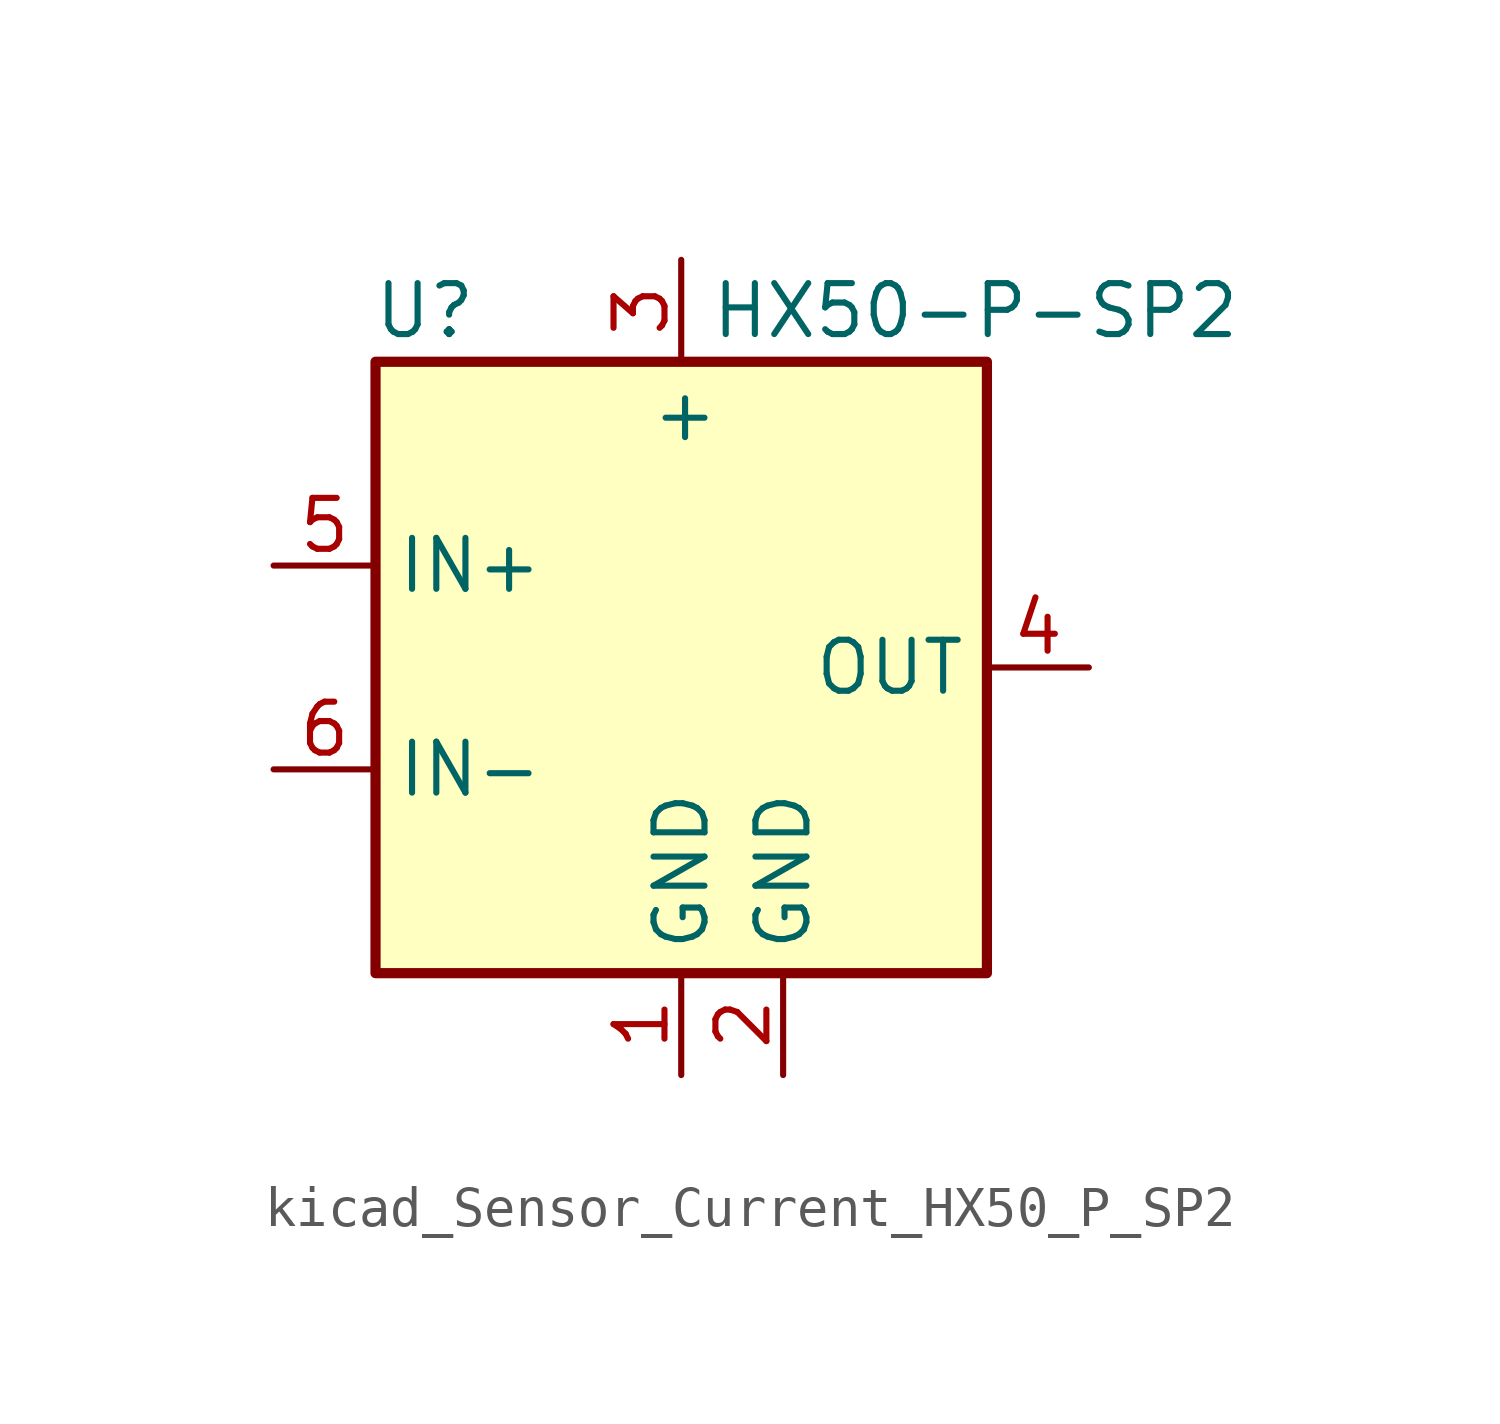
<source format=kicad_sym>
(kicad_symbol_lib
  (version 20220914)
  (generator kicad_symbol_editor)
  (symbol "kicad_Sensor_Current_HX50_P_SP2"
    (property "Reference" "U"
      (at -5.08 8.89 0)
      (effects (font (size 1.27 1.27)) (justify right)))
    (property "Value" "HX50-P-SP2"
      (at 13.97 8.89 0)
      (effects (font (size 1.27 1.27)) (justify right)))
    (symbol "kicad_Sensor_Current_HX50_P_SP2_0_1"
      (rectangle (start -7.62 7.62) (end 7.62 -7.62) (stroke (width 0.254) (type default)) (fill (type background))))
    (symbol "kicad_Sensor_Current_HX50_P_SP2_1_1"
      (pin power_in line (at 0 -10.16 90) (length 2.54) (name "GND" (effects (font (size 1.27 1.27)))) (number "1" (effects (font (size 1.27 1.27)))))
      (pin power_in line (at 2.54 -10.16 90) (length 2.54) (name "GND" (effects (font (size 1.27 1.27)))) (number "2" (effects (font (size 1.27 1.27)))))
      (pin power_in line (at 0 10.16 270) (length 2.54) (name "+" (effects (font (size 1.27 1.27)))) (number "3" (effects (font (size 1.27 1.27)))))
      (pin output line (at 10.16 0 180) (length 2.54) (name "OUT" (effects (font (size 1.27 1.27)))) (number "4" (effects (font (size 1.27 1.27)))))
      (pin passive line (at -10.16 2.54 0) (length 2.54) (name "IN+" (effects (font (size 1.27 1.27)))) (number "5" (effects (font (size 1.27 1.27)))))
      (pin passive line (at -10.16 -2.54 0) (length 2.54) (name "IN-" (effects (font (size 1.27 1.27)))) (number "6" (effects (font (size 1.27 1.27))))))))
</source>
